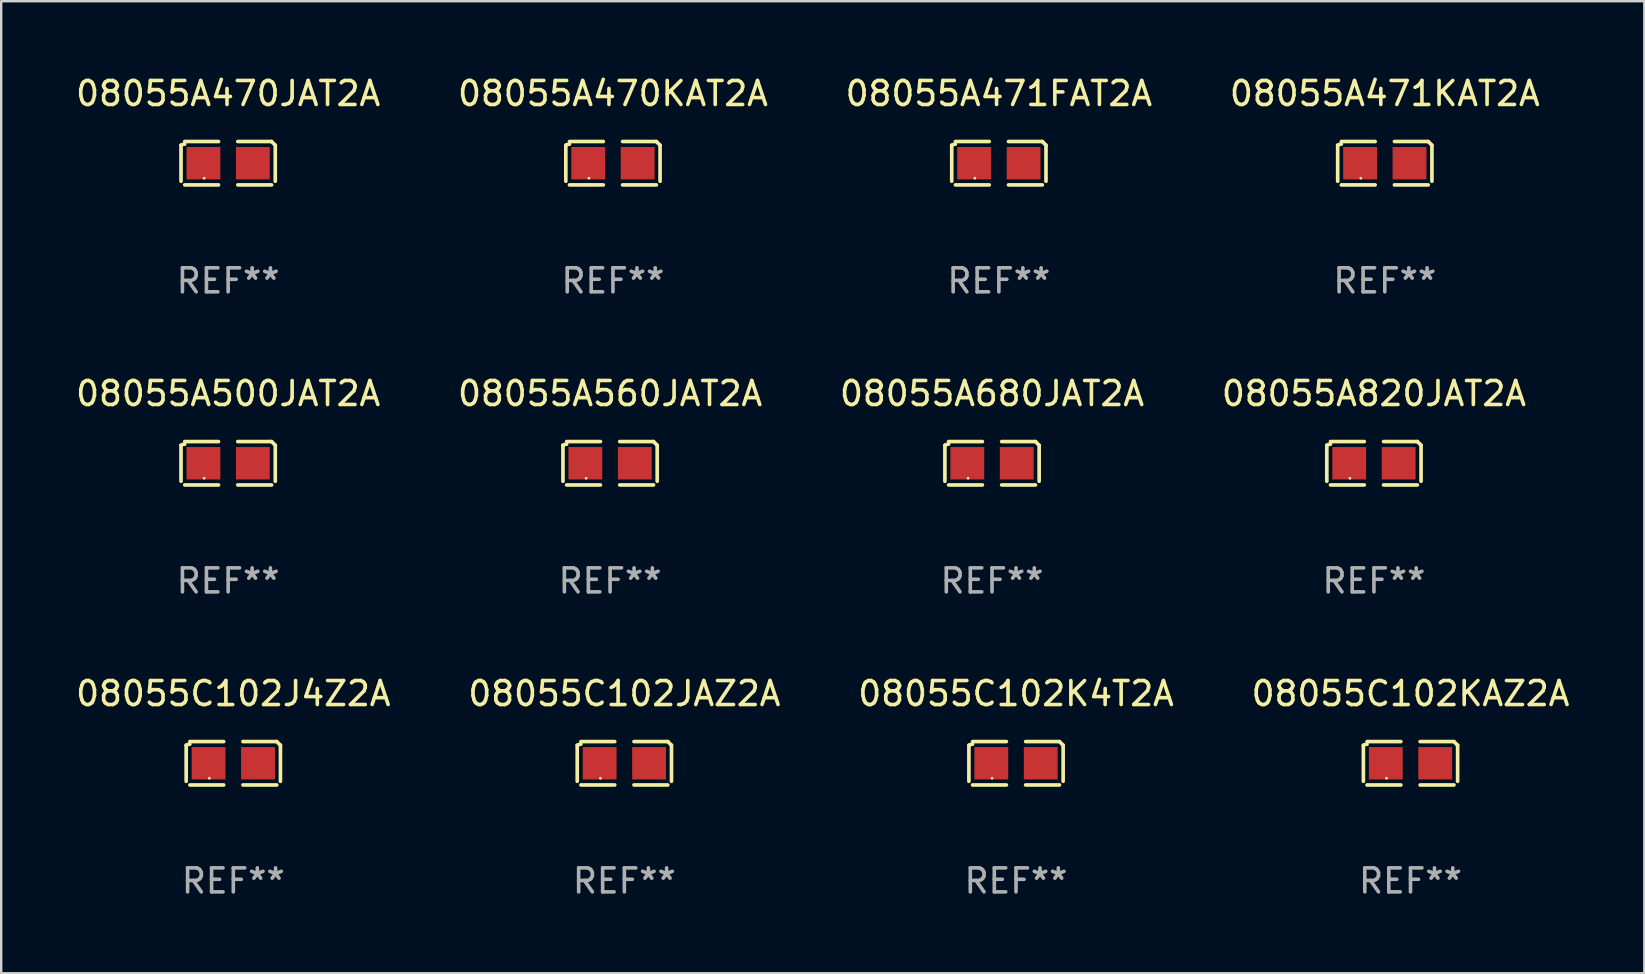
<source format=kicad_pcb>
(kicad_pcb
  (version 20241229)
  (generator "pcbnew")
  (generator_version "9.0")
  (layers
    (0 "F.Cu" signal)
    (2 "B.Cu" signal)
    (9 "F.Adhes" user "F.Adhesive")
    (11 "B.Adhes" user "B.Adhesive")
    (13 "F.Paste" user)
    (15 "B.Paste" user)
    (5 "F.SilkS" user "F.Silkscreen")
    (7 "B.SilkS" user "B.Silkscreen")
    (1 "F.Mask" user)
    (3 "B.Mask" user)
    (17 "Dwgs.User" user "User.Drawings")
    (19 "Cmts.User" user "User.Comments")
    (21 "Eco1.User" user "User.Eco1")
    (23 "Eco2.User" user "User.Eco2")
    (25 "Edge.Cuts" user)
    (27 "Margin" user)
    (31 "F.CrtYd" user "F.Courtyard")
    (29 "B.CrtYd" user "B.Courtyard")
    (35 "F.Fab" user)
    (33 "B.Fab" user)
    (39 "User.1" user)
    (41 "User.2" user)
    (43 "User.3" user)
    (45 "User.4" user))
  (footprint "08055C102KAZ2A"
    (layer "F.Cu")
    (at 55.732 28.759)
    (property "Reference" "08055C102KAZ2A" (at 0 -2.904 0) (layer "F.SilkS") (effects (font (size 1 1) (thickness 0.15))))
    (attr through_hole)
    (fp_line (start -1.964 0.751) (end -1.964 -0.751) (stroke (width 0.152) (type solid)) (layer "F.SilkS"))
    (fp_line (start -1.811 -0.904) (end -0.401 -0.904) (stroke (width 0.152) (type solid)) (layer "F.SilkS"))
    (fp_line (start -0.401 0.904) (end -1.811 0.904) (stroke (width 0.152) (type solid)) (layer "F.SilkS"))
    (fp_line (start 0.401 0.904) (end 1.811 0.904) (stroke (width 0.152) (type solid)) (layer "F.SilkS"))
    (fp_line (start 1.811 -0.904) (end 0.401 -0.904) (stroke (width 0.152) (type solid)) (layer "F.SilkS"))
    (fp_line (start 1.964 0.751) (end 1.964 -0.751) (stroke (width 0.152) (type solid)) (layer "F.SilkS"))
    (fp_arc (start -1.963602 -0.751207) (mid -1.890354 -0.783131) (end -1.811201 -0.794044) (stroke (width 0.1524) (type solid)) (layer "F.SilkS"))
    (fp_arc (start 1.811202 -0.903607) (mid 1.887413 -0.827418) (end 1.963602 -0.751207) (stroke (width 0.1524) (type solid)) (layer "F.SilkS"))
    (fp_circle (center -1 0.625) (end -0.97 0.625) (stroke (width 0.06) (type solid)) (fill no) (layer "F.SilkS"))
    (fp_text user "REF**" (at 0 4.904 0) (layer "F.Fab") (effects (font (size 1 1) (thickness 0.15))))
    (pad "1" smd rect (at -1.03 0) (size 1.41 1.35) (layers "F.Cu" "F.Mask" "F.Paste"))
    (pad "2" smd rect (at 1.03 0) (size 1.41 1.35) (layers "F.Cu" "F.Mask" "F.Paste")))
  (footprint "08055A470KAT2A"
    (layer "F.Cu")
    (at 22.494 3.752)
    (property "Reference" "08055A470KAT2A" (at 0 -2.904 0) (layer "F.SilkS") (effects (font (size 1 1) (thickness 0.15))))
    (attr through_hole)
    (fp_line (start -1.964 0.751) (end -1.964 -0.751) (stroke (width 0.152) (type solid)) (layer "F.SilkS"))
    (fp_line (start -1.811 -0.904) (end -0.401 -0.904) (stroke (width 0.152) (type solid)) (layer "F.SilkS"))
    (fp_line (start -0.401 0.904) (end -1.811 0.904) (stroke (width 0.152) (type solid)) (layer "F.SilkS"))
    (fp_line (start 0.401 0.904) (end 1.811 0.904) (stroke (width 0.152) (type solid)) (layer "F.SilkS"))
    (fp_line (start 1.811 -0.904) (end 0.401 -0.904) (stroke (width 0.152) (type solid)) (layer "F.SilkS"))
    (fp_line (start 1.964 0.751) (end 1.964 -0.751) (stroke (width 0.152) (type solid)) (layer "F.SilkS"))
    (fp_arc (start -1.963602 -0.751207) (mid -1.890354 -0.783131) (end -1.811201 -0.794044) (stroke (width 0.1524) (type solid)) (layer "F.SilkS"))
    (fp_arc (start 1.811202 -0.903607) (mid 1.887413 -0.827418) (end 1.963602 -0.751207) (stroke (width 0.1524) (type solid)) (layer "F.SilkS"))
    (fp_circle (center -1 0.625) (end -0.97 0.625) (stroke (width 0.06) (type solid)) (fill no) (layer "F.SilkS"))
    (fp_text user "REF**" (at 0 4.904 0) (layer "F.Fab") (effects (font (size 1 1) (thickness 0.15))))
    (pad "1" smd rect (at -1.03 0) (size 1.41 1.35) (layers "F.Cu" "F.Mask" "F.Paste"))
    (pad "2" smd rect (at 1.03 0) (size 1.41 1.35) (layers "F.Cu" "F.Mask" "F.Paste")))
  (footprint "08055A471FAT2A"
    (layer "F.Cu")
    (at 38.577 3.752)
    (property "Reference" "08055A471FAT2A" (at 0 -2.904 0) (layer "F.SilkS") (effects (font (size 1 1) (thickness 0.15))))
    (attr through_hole)
    (fp_line (start -1.964 0.751) (end -1.964 -0.751) (stroke (width 0.152) (type solid)) (layer "F.SilkS"))
    (fp_line (start -1.811 -0.904) (end -0.401 -0.904) (stroke (width 0.152) (type solid)) (layer "F.SilkS"))
    (fp_line (start -0.401 0.904) (end -1.811 0.904) (stroke (width 0.152) (type solid)) (layer "F.SilkS"))
    (fp_line (start 0.401 0.904) (end 1.811 0.904) (stroke (width 0.152) (type solid)) (layer "F.SilkS"))
    (fp_line (start 1.811 -0.904) (end 0.401 -0.904) (stroke (width 0.152) (type solid)) (layer "F.SilkS"))
    (fp_line (start 1.964 0.751) (end 1.964 -0.751) (stroke (width 0.152) (type solid)) (layer "F.SilkS"))
    (fp_arc (start -1.963602 -0.751207) (mid -1.890354 -0.783131) (end -1.811201 -0.794044) (stroke (width 0.1524) (type solid)) (layer "F.SilkS"))
    (fp_arc (start 1.811202 -0.903607) (mid 1.887413 -0.827418) (end 1.963602 -0.751207) (stroke (width 0.1524) (type solid)) (layer "F.SilkS"))
    (fp_circle (center -1 0.625) (end -0.97 0.625) (stroke (width 0.06) (type solid)) (fill no) (layer "F.SilkS"))
    (fp_text user "REF**" (at 0 4.904 0) (layer "F.Fab") (effects (font (size 1 1) (thickness 0.15))))
    (pad "1" smd rect (at -1.03 0) (size 1.41 1.35) (layers "F.Cu" "F.Mask" "F.Paste"))
    (pad "2" smd rect (at 1.03 0) (size 1.41 1.35) (layers "F.Cu" "F.Mask" "F.Paste")))
  (footprint "08055A680JAT2A"
    (layer "F.Cu")
    (at 38.292 16.256)
    (property "Reference" "08055A680JAT2A" (at 0 -2.904 0) (layer "F.SilkS") (effects (font (size 1 1) (thickness 0.15))))
    (attr through_hole)
    (fp_line (start -1.964 0.751) (end -1.964 -0.751) (stroke (width 0.152) (type solid)) (layer "F.SilkS"))
    (fp_line (start -1.811 -0.904) (end -0.401 -0.904) (stroke (width 0.152) (type solid)) (layer "F.SilkS"))
    (fp_line (start -0.401 0.904) (end -1.811 0.904) (stroke (width 0.152) (type solid)) (layer "F.SilkS"))
    (fp_line (start 0.401 0.904) (end 1.811 0.904) (stroke (width 0.152) (type solid)) (layer "F.SilkS"))
    (fp_line (start 1.811 -0.904) (end 0.401 -0.904) (stroke (width 0.152) (type solid)) (layer "F.SilkS"))
    (fp_line (start 1.964 0.751) (end 1.964 -0.751) (stroke (width 0.152) (type solid)) (layer "F.SilkS"))
    (fp_arc (start -1.963602 -0.751207) (mid -1.890354 -0.783131) (end -1.811201 -0.794044) (stroke (width 0.1524) (type solid)) (layer "F.SilkS"))
    (fp_arc (start 1.811202 -0.903607) (mid 1.887413 -0.827418) (end 1.963602 -0.751207) (stroke (width 0.1524) (type solid)) (layer "F.SilkS"))
    (fp_circle (center -1 0.625) (end -0.97 0.625) (stroke (width 0.06) (type solid)) (fill no) (layer "F.SilkS"))
    (fp_text user "REF**" (at 0 4.904 0) (layer "F.Fab") (effects (font (size 1 1) (thickness 0.15))))
    (pad "1" smd rect (at -1.03 0) (size 1.41 1.35) (layers "F.Cu" "F.Mask" "F.Paste"))
    (pad "2" smd rect (at 1.03 0) (size 1.41 1.35) (layers "F.Cu" "F.Mask" "F.Paste")))
  (footprint "08055A471KAT2A"
    (layer "F.Cu")
    (at 54.661 3.752)
    (property "Reference" "08055A471KAT2A" (at 0 -2.904 0) (layer "F.SilkS") (effects (font (size 1 1) (thickness 0.15))))
    (attr through_hole)
    (fp_line (start -1.964 0.751) (end -1.964 -0.751) (stroke (width 0.152) (type solid)) (layer "F.SilkS"))
    (fp_line (start -1.811 -0.904) (end -0.401 -0.904) (stroke (width 0.152) (type solid)) (layer "F.SilkS"))
    (fp_line (start -0.401 0.904) (end -1.811 0.904) (stroke (width 0.152) (type solid)) (layer "F.SilkS"))
    (fp_line (start 0.401 0.904) (end 1.811 0.904) (stroke (width 0.152) (type solid)) (layer "F.SilkS"))
    (fp_line (start 1.811 -0.904) (end 0.401 -0.904) (stroke (width 0.152) (type solid)) (layer "F.SilkS"))
    (fp_line (start 1.964 0.751) (end 1.964 -0.751) (stroke (width 0.152) (type solid)) (layer "F.SilkS"))
    (fp_arc (start -1.963602 -0.751207) (mid -1.890354 -0.783131) (end -1.811201 -0.794044) (stroke (width 0.1524) (type solid)) (layer "F.SilkS"))
    (fp_arc (start 1.811202 -0.903607) (mid 1.887413 -0.827418) (end 1.963602 -0.751207) (stroke (width 0.1524) (type solid)) (layer "F.SilkS"))
    (fp_circle (center -1 0.625) (end -0.97 0.625) (stroke (width 0.06) (type solid)) (fill no) (layer "F.SilkS"))
    (fp_text user "REF**" (at 0 4.904 0) (layer "F.Fab") (effects (font (size 1 1) (thickness 0.15))))
    (pad "1" smd rect (at -1.03 0) (size 1.41 1.35) (layers "F.Cu" "F.Mask" "F.Paste"))
    (pad "2" smd rect (at 1.03 0) (size 1.41 1.35) (layers "F.Cu" "F.Mask" "F.Paste")))
  (footprint "08055A500JAT2A"
    (layer "F.Cu")
    (at 6.458 16.256)
    (property "Reference" "08055A500JAT2A" (at 0 -2.904 0) (layer "F.SilkS") (effects (font (size 1 1) (thickness 0.15))))
    (attr through_hole)
    (fp_line (start -1.964 0.751) (end -1.964 -0.751) (stroke (width 0.152) (type solid)) (layer "F.SilkS"))
    (fp_line (start -1.811 -0.904) (end -0.401 -0.904) (stroke (width 0.152) (type solid)) (layer "F.SilkS"))
    (fp_line (start -0.401 0.904) (end -1.811 0.904) (stroke (width 0.152) (type solid)) (layer "F.SilkS"))
    (fp_line (start 0.401 0.904) (end 1.811 0.904) (stroke (width 0.152) (type solid)) (layer "F.SilkS"))
    (fp_line (start 1.811 -0.904) (end 0.401 -0.904) (stroke (width 0.152) (type solid)) (layer "F.SilkS"))
    (fp_line (start 1.964 0.751) (end 1.964 -0.751) (stroke (width 0.152) (type solid)) (layer "F.SilkS"))
    (fp_arc (start -1.963602 -0.751207) (mid -1.890354 -0.783131) (end -1.811201 -0.794044) (stroke (width 0.1524) (type solid)) (layer "F.SilkS"))
    (fp_arc (start 1.811202 -0.903607) (mid 1.887413 -0.827418) (end 1.963602 -0.751207) (stroke (width 0.1524) (type solid)) (layer "F.SilkS"))
    (fp_circle (center -1 0.625) (end -0.97 0.625) (stroke (width 0.06) (type solid)) (fill no) (layer "F.SilkS"))
    (fp_text user "REF**" (at 0 4.904 0) (layer "F.Fab") (effects (font (size 1 1) (thickness 0.15))))
    (pad "1" smd rect (at -1.03 0) (size 1.41 1.35) (layers "F.Cu" "F.Mask" "F.Paste"))
    (pad "2" smd rect (at 1.03 0) (size 1.41 1.35) (layers "F.Cu" "F.Mask" "F.Paste")))
  (footprint "08055A560JAT2A"
    (layer "F.Cu")
    (at 22.375 16.256)
    (property "Reference" "08055A560JAT2A" (at 0 -2.904 0) (layer "F.SilkS") (effects (font (size 1 1) (thickness 0.15))))
    (attr through_hole)
    (fp_line (start -1.964 0.751) (end -1.964 -0.751) (stroke (width 0.152) (type solid)) (layer "F.SilkS"))
    (fp_line (start -1.811 -0.904) (end -0.401 -0.904) (stroke (width 0.152) (type solid)) (layer "F.SilkS"))
    (fp_line (start -0.401 0.904) (end -1.811 0.904) (stroke (width 0.152) (type solid)) (layer "F.SilkS"))
    (fp_line (start 0.401 0.904) (end 1.811 0.904) (stroke (width 0.152) (type solid)) (layer "F.SilkS"))
    (fp_line (start 1.811 -0.904) (end 0.401 -0.904) (stroke (width 0.152) (type solid)) (layer "F.SilkS"))
    (fp_line (start 1.964 0.751) (end 1.964 -0.751) (stroke (width 0.152) (type solid)) (layer "F.SilkS"))
    (fp_arc (start -1.963602 -0.751207) (mid -1.890354 -0.783131) (end -1.811201 -0.794044) (stroke (width 0.1524) (type solid)) (layer "F.SilkS"))
    (fp_arc (start 1.811202 -0.903607) (mid 1.887413 -0.827418) (end 1.963602 -0.751207) (stroke (width 0.1524) (type solid)) (layer "F.SilkS"))
    (fp_circle (center -1 0.625) (end -0.97 0.625) (stroke (width 0.06) (type solid)) (fill no) (layer "F.SilkS"))
    (fp_text user "REF**" (at 0 4.904 0) (layer "F.Fab") (effects (font (size 1 1) (thickness 0.15))))
    (pad "1" smd rect (at -1.03 0) (size 1.41 1.35) (layers "F.Cu" "F.Mask" "F.Paste"))
    (pad "2" smd rect (at 1.03 0) (size 1.41 1.35) (layers "F.Cu" "F.Mask" "F.Paste")))
  (footprint "08055C102J4Z2A"
    (layer "F.Cu")
    (at 6.673 28.759)
    (property "Reference" "08055C102J4Z2A" (at 0 -2.904 0) (layer "F.SilkS") (effects (font (size 1 1) (thickness 0.15))))
    (attr through_hole)
    (fp_line (start -1.964 0.751) (end -1.964 -0.751) (stroke (width 0.152) (type solid)) (layer "F.SilkS"))
    (fp_line (start -1.811 -0.904) (end -0.401 -0.904) (stroke (width 0.152) (type solid)) (layer "F.SilkS"))
    (fp_line (start -0.401 0.904) (end -1.811 0.904) (stroke (width 0.152) (type solid)) (layer "F.SilkS"))
    (fp_line (start 0.401 0.904) (end 1.811 0.904) (stroke (width 0.152) (type solid)) (layer "F.SilkS"))
    (fp_line (start 1.811 -0.904) (end 0.401 -0.904) (stroke (width 0.152) (type solid)) (layer "F.SilkS"))
    (fp_line (start 1.964 0.751) (end 1.964 -0.751) (stroke (width 0.152) (type solid)) (layer "F.SilkS"))
    (fp_arc (start -1.963602 -0.751207) (mid -1.890354 -0.783131) (end -1.811201 -0.794044) (stroke (width 0.1524) (type solid)) (layer "F.SilkS"))
    (fp_arc (start 1.811202 -0.903607) (mid 1.887413 -0.827418) (end 1.963602 -0.751207) (stroke (width 0.1524) (type solid)) (layer "F.SilkS"))
    (fp_circle (center -1 0.625) (end -0.97 0.625) (stroke (width 0.06) (type solid)) (fill no) (layer "F.SilkS"))
    (fp_text user "REF**" (at 0 4.904 0) (layer "F.Fab") (effects (font (size 1 1) (thickness 0.15))))
    (pad "1" smd rect (at -1.03 0) (size 1.41 1.35) (layers "F.Cu" "F.Mask" "F.Paste"))
    (pad "2" smd rect (at 1.03 0) (size 1.41 1.35) (layers "F.Cu" "F.Mask" "F.Paste")))
  (footprint "08055C102JAZ2A"
    (layer "F.Cu")
    (at 22.97 28.759)
    (property "Reference" "08055C102JAZ2A" (at 0 -2.904 0) (layer "F.SilkS") (effects (font (size 1 1) (thickness 0.15))))
    (attr through_hole)
    (fp_line (start -1.964 0.751) (end -1.964 -0.751) (stroke (width 0.152) (type solid)) (layer "F.SilkS"))
    (fp_line (start -1.811 -0.904) (end -0.401 -0.904) (stroke (width 0.152) (type solid)) (layer "F.SilkS"))
    (fp_line (start -0.401 0.904) (end -1.811 0.904) (stroke (width 0.152) (type solid)) (layer "F.SilkS"))
    (fp_line (start 0.401 0.904) (end 1.811 0.904) (stroke (width 0.152) (type solid)) (layer "F.SilkS"))
    (fp_line (start 1.811 -0.904) (end 0.401 -0.904) (stroke (width 0.152) (type solid)) (layer "F.SilkS"))
    (fp_line (start 1.964 0.751) (end 1.964 -0.751) (stroke (width 0.152) (type solid)) (layer "F.SilkS"))
    (fp_arc (start -1.963602 -0.751207) (mid -1.890354 -0.783131) (end -1.811201 -0.794044) (stroke (width 0.1524) (type solid)) (layer "F.SilkS"))
    (fp_arc (start 1.811202 -0.903607) (mid 1.887413 -0.827418) (end 1.963602 -0.751207) (stroke (width 0.1524) (type solid)) (layer "F.SilkS"))
    (fp_circle (center -1 0.625) (end -0.97 0.625) (stroke (width 0.06) (type solid)) (fill no) (layer "F.SilkS"))
    (fp_text user "REF**" (at 0 4.904 0) (layer "F.Fab") (effects (font (size 1 1) (thickness 0.15))))
    (pad "1" smd rect (at -1.03 0) (size 1.41 1.35) (layers "F.Cu" "F.Mask" "F.Paste"))
    (pad "2" smd rect (at 1.03 0) (size 1.41 1.35) (layers "F.Cu" "F.Mask" "F.Paste")))
  (footprint "08055C102K4T2A"
    (layer "F.Cu")
    (at 39.292 28.759)
    (property "Reference" "08055C102K4T2A" (at 0 -2.904 0) (layer "F.SilkS") (effects (font (size 1 1) (thickness 0.15))))
    (attr through_hole)
    (fp_line (start -1.964 0.751) (end -1.964 -0.751) (stroke (width 0.152) (type solid)) (layer "F.SilkS"))
    (fp_line (start -1.811 -0.904) (end -0.401 -0.904) (stroke (width 0.152) (type solid)) (layer "F.SilkS"))
    (fp_line (start -0.401 0.904) (end -1.811 0.904) (stroke (width 0.152) (type solid)) (layer "F.SilkS"))
    (fp_line (start 0.401 0.904) (end 1.811 0.904) (stroke (width 0.152) (type solid)) (layer "F.SilkS"))
    (fp_line (start 1.811 -0.904) (end 0.401 -0.904) (stroke (width 0.152) (type solid)) (layer "F.SilkS"))
    (fp_line (start 1.964 0.751) (end 1.964 -0.751) (stroke (width 0.152) (type solid)) (layer "F.SilkS"))
    (fp_arc (start -1.963602 -0.751207) (mid -1.890354 -0.783131) (end -1.811201 -0.794044) (stroke (width 0.1524) (type solid)) (layer "F.SilkS"))
    (fp_arc (start 1.811202 -0.903607) (mid 1.887413 -0.827418) (end 1.963602 -0.751207) (stroke (width 0.1524) (type solid)) (layer "F.SilkS"))
    (fp_circle (center -1 0.625) (end -0.97 0.625) (stroke (width 0.06) (type solid)) (fill no) (layer "F.SilkS"))
    (fp_text user "REF**" (at 0 4.904 0) (layer "F.Fab") (effects (font (size 1 1) (thickness 0.15))))
    (pad "1" smd rect (at -1.03 0) (size 1.41 1.35) (layers "F.Cu" "F.Mask" "F.Paste"))
    (pad "2" smd rect (at 1.03 0) (size 1.41 1.35) (layers "F.Cu" "F.Mask" "F.Paste")))
  (footprint "08055A470JAT2A"
    (layer "F.Cu")
    (at 6.458 3.752)
    (property "Reference" "08055A470JAT2A" (at 0 -2.904 0) (layer "F.SilkS") (effects (font (size 1 1) (thickness 0.15))))
    (attr through_hole)
    (fp_line (start -1.964 0.751) (end -1.964 -0.751) (stroke (width 0.152) (type solid)) (layer "F.SilkS"))
    (fp_line (start -1.811 -0.904) (end -0.401 -0.904) (stroke (width 0.152) (type solid)) (layer "F.SilkS"))
    (fp_line (start -0.401 0.904) (end -1.811 0.904) (stroke (width 0.152) (type solid)) (layer "F.SilkS"))
    (fp_line (start 0.401 0.904) (end 1.811 0.904) (stroke (width 0.152) (type solid)) (layer "F.SilkS"))
    (fp_line (start 1.811 -0.904) (end 0.401 -0.904) (stroke (width 0.152) (type solid)) (layer "F.SilkS"))
    (fp_line (start 1.964 0.751) (end 1.964 -0.751) (stroke (width 0.152) (type solid)) (layer "F.SilkS"))
    (fp_arc (start -1.963602 -0.751207) (mid -1.890354 -0.783131) (end -1.811201 -0.794044) (stroke (width 0.1524) (type solid)) (layer "F.SilkS"))
    (fp_arc (start 1.811202 -0.903607) (mid 1.887413 -0.827418) (end 1.963602 -0.751207) (stroke (width 0.1524) (type solid)) (layer "F.SilkS"))
    (fp_circle (center -1 0.625) (end -0.97 0.625) (stroke (width 0.06) (type solid)) (fill no) (layer "F.SilkS"))
    (fp_text user "REF**" (at 0 4.904 0) (layer "F.Fab") (effects (font (size 1 1) (thickness 0.15))))
    (pad "1" smd rect (at -1.03 0) (size 1.41 1.35) (layers "F.Cu" "F.Mask" "F.Paste"))
    (pad "2" smd rect (at 1.03 0) (size 1.41 1.35) (layers "F.Cu" "F.Mask" "F.Paste")))
  (footprint "08055A820JAT2A"
    (layer "F.Cu")
    (at 54.208 16.256)
    (property "Reference" "08055A820JAT2A" (at 0 -2.904 0) (layer "F.SilkS") (effects (font (size 1 1) (thickness 0.15))))
    (attr through_hole)
    (fp_line (start -1.964 0.751) (end -1.964 -0.751) (stroke (width 0.152) (type solid)) (layer "F.SilkS"))
    (fp_line (start -1.811 -0.904) (end -0.401 -0.904) (stroke (width 0.152) (type solid)) (layer "F.SilkS"))
    (fp_line (start -0.401 0.904) (end -1.811 0.904) (stroke (width 0.152) (type solid)) (layer "F.SilkS"))
    (fp_line (start 0.401 0.904) (end 1.811 0.904) (stroke (width 0.152) (type solid)) (layer "F.SilkS"))
    (fp_line (start 1.811 -0.904) (end 0.401 -0.904) (stroke (width 0.152) (type solid)) (layer "F.SilkS"))
    (fp_line (start 1.964 0.751) (end 1.964 -0.751) (stroke (width 0.152) (type solid)) (layer "F.SilkS"))
    (fp_arc (start -1.963602 -0.751207) (mid -1.890354 -0.783131) (end -1.811201 -0.794044) (stroke (width 0.1524) (type solid)) (layer "F.SilkS"))
    (fp_arc (start 1.811202 -0.903607) (mid 1.887413 -0.827418) (end 1.963602 -0.751207) (stroke (width 0.1524) (type solid)) (layer "F.SilkS"))
    (fp_circle (center -1 0.625) (end -0.97 0.625) (stroke (width 0.06) (type solid)) (fill no) (layer "F.SilkS"))
    (fp_text user "REF**" (at 0 4.904 0) (layer "F.Fab") (effects (font (size 1 1) (thickness 0.15))))
    (pad "1" smd rect (at -1.03 0) (size 1.41 1.35) (layers "F.Cu" "F.Mask" "F.Paste"))
    (pad "2" smd rect (at 1.03 0) (size 1.41 1.35) (layers "F.Cu" "F.Mask" "F.Paste")))
  (gr_rect
    (start -3 -3)
    (end 65.476 37.511)
    (stroke (width 0.1) (type default))
    (fill no)
    (layer "Edge.Cuts")))
</source>
